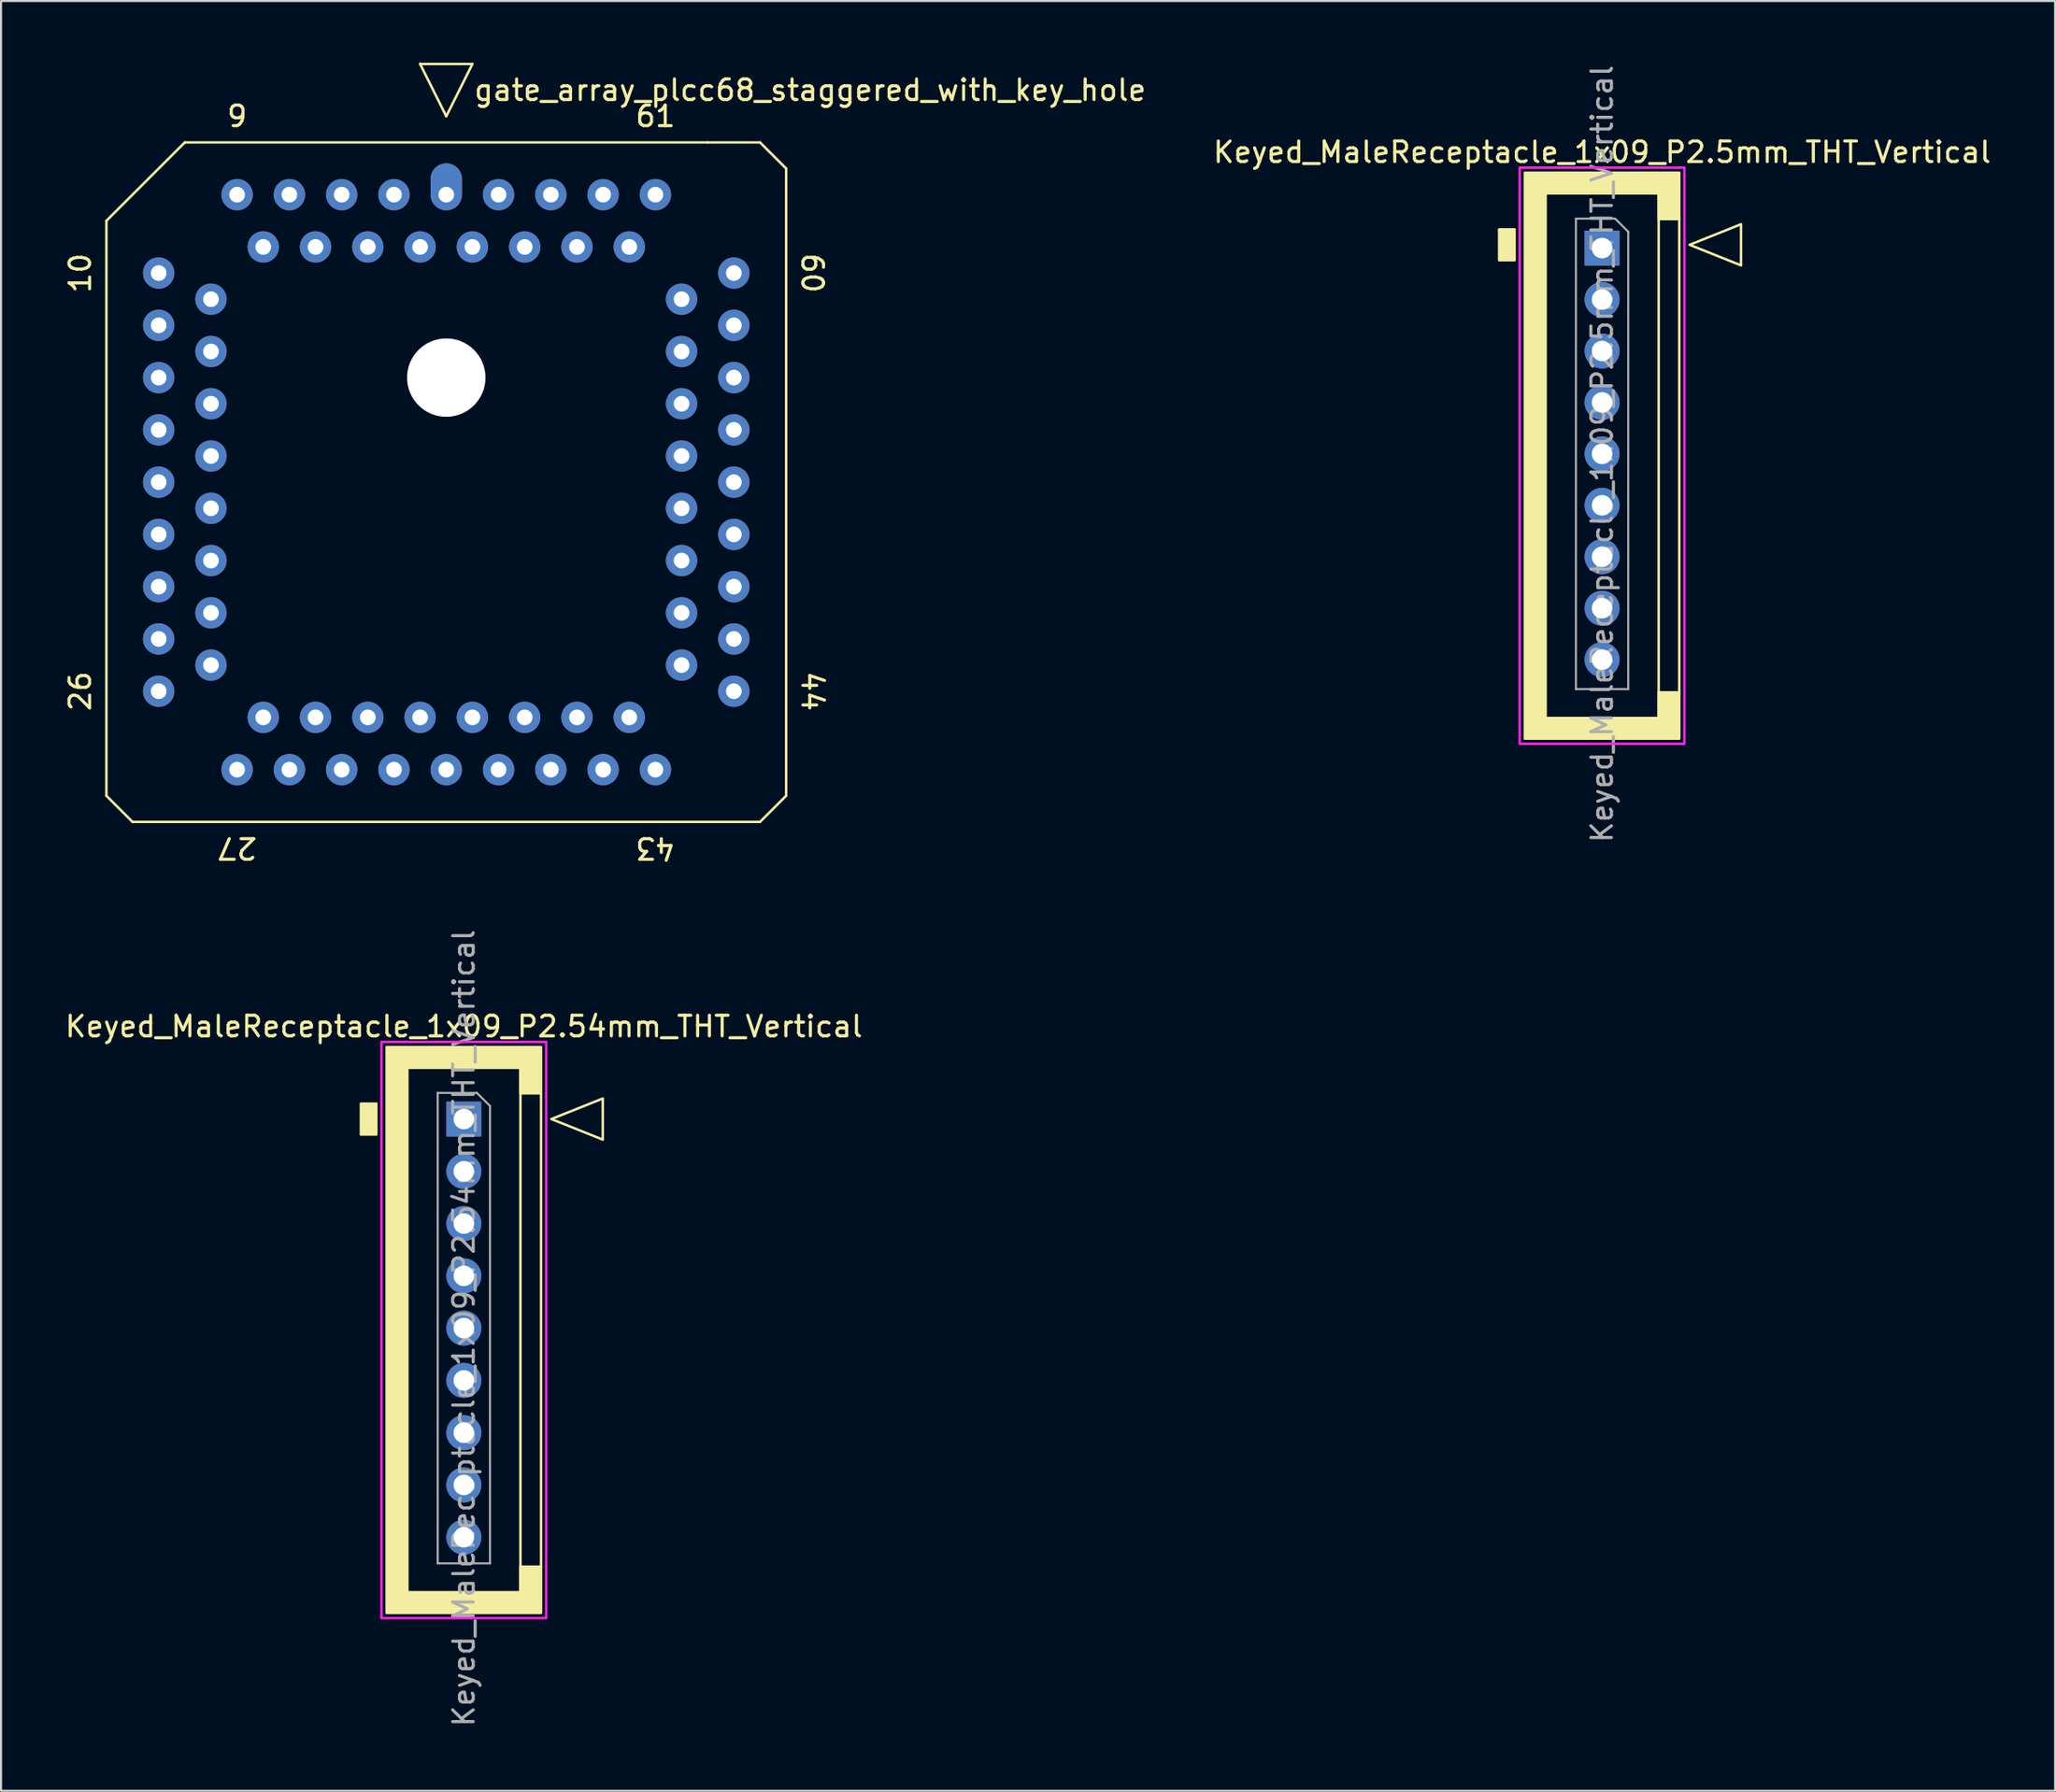
<source format=kicad_pcb>
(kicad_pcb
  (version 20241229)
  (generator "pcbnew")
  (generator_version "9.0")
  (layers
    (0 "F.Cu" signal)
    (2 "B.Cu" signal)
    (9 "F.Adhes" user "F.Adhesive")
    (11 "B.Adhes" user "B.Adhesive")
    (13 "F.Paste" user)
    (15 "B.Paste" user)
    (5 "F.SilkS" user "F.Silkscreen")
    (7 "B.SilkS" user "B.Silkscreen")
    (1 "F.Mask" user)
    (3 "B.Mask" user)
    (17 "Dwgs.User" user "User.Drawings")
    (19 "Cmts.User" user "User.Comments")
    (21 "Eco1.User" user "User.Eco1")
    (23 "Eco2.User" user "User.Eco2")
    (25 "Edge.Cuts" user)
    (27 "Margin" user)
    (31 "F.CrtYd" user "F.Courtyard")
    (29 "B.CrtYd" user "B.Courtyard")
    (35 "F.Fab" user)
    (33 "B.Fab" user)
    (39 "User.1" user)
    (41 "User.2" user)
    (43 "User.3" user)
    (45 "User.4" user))
  (footprint "Keyed_MaleReceptacle_1x09_P2.54mm_THT_Vertical"
    (layer "F.Cu")
    (at 19.482 51.33)
    (property "Reference" "Keyed_MaleReceptacle_1x09_P2.54mm_THT_Vertical" (at 0 -4.5 0) (layer "F.SilkS") (effects (font (size 1 1) (thickness 0.15))))
    (attr through_hole)
    (fp_line (start 3.75 -1.25) (end 3.75 21.75) (stroke (width 0.12) (type default)) (layer "F.SilkS"))
    (fp_rect (start -5 -0.75) (end -4.25 0.75) (stroke (width 0.12) (type solid)) (fill yes) (layer "F.SilkS"))
    (fp_rect (start -2.75 23) (end 2.75 -2.5) (stroke (width 0.12) (type default)) (fill no) (layer "F.SilkS"))
    (fp_poly (pts (xy 4.25 0) (xy 6.75 -1) (xy 6.75 1)) (stroke (width 0.12) (type solid)) (fill no) (layer "F.SilkS"))
    (fp_poly (pts (xy 2.75 -1.25) (xy 3.75 -1.25) (xy 3.75 -3.5) (xy -3.75 -3.5) (xy -3.75 24) (xy 3.75 24) (xy 3.75 21.75) (xy 2.75 21.75) (xy 2.75 23) (xy -2.75 23) (xy -2.75 -2.5) (xy 2.75 -2.5)) (stroke (width 0.12) (type solid)) (fill yes) (layer "F.SilkS"))
    (fp_rect (start -4 24.25) (end 4 -3.75) (stroke (width 0.12) (type default)) (fill no) (layer "F.CrtYd"))
    (fp_line (start -1.27 -1.27) (end 0.635 -1.27) (stroke (width 0.1) (type solid)) (layer "F.Fab"))
    (fp_line (start -1.27 21.59) (end -1.27 -1.27) (stroke (width 0.1) (type solid)) (layer "F.Fab"))
    (fp_line (start 0.635 -1.27) (end 1.27 -0.635) (stroke (width 0.1) (type solid)) (layer "F.Fab"))
    (fp_line (start 1.27 -0.635) (end 1.27 21.59) (stroke (width 0.1) (type solid)) (layer "F.Fab"))
    (fp_line (start 1.27 21.59) (end -1.27 21.59) (stroke (width 0.1) (type solid)) (layer "F.Fab"))
    (fp_text user "${REFERENCE}" (at 0 10.16 90) (layer "F.Fab") (effects (font (size 1 1) (thickness 0.15))))
    (pad "1" thru_hole rect (at 0 0) (size 1.7 1.7) (drill 1) (layers "*.Cu" "*.Mask"))
    (pad "2" thru_hole oval (at 0 2.54) (size 1.7 1.7) (drill 1) (layers "*.Cu" "*.Mask"))
    (pad "3" thru_hole oval (at 0 5.08) (size 1.7 1.7) (drill 1) (layers "*.Cu" "*.Mask"))
    (pad "4" thru_hole oval (at 0 7.62) (size 1.7 1.7) (drill 1) (layers "*.Cu" "*.Mask"))
    (pad "5" thru_hole oval (at 0 10.16) (size 1.7 1.7) (drill 1) (layers "*.Cu" "*.Mask"))
    (pad "6" thru_hole oval (at 0 12.7) (size 1.7 1.7) (drill 1) (layers "*.Cu" "*.Mask"))
    (pad "7" thru_hole oval (at 0 15.24) (size 1.7 1.7) (drill 1) (layers "*.Cu" "*.Mask"))
    (pad "8" thru_hole oval (at 0 17.78) (size 1.7 1.7) (drill 1) (layers "*.Cu" "*.Mask"))
    (pad "9" thru_hole oval (at 0 20.32) (size 1.7 1.7) (drill 1) (layers "*.Cu" "*.Mask")))
  (footprint "Keyed_MaleReceptacle_1x09_P2.5mm_THT_Vertical"
    (layer "F.Cu")
    (at 74.773 8.846)
    (property "Reference" "Keyed_MaleReceptacle_1x09_P2.5mm_THT_Vertical" (at 0 -4.5 0) (layer "F.SilkS") (effects (font (size 1 1) (thickness 0.15))))
    (attr through_hole)
    (fp_line (start 3.75 -1.25) (end 3.75 21.75) (stroke (width 0.12) (type default)) (layer "F.SilkS"))
    (fp_rect (start -5 -0.75) (end -4.25 0.75) (stroke (width 0.12) (type solid)) (fill yes) (layer "F.SilkS"))
    (fp_rect (start -2.75 23) (end 2.75 -2.5) (stroke (width 0.12) (type default)) (fill no) (layer "F.SilkS"))
    (fp_poly (pts (xy 4.25 0) (xy 6.75 -1) (xy 6.75 1)) (stroke (width 0.12) (type solid)) (fill no) (layer "F.SilkS"))
    (fp_poly (pts (xy 2.75 -1.25) (xy 3.75 -1.25) (xy 3.75 -3.5) (xy -3.75 -3.5) (xy -3.75 24) (xy 3.75 24) (xy 3.75 21.75) (xy 2.75 21.75) (xy 2.75 23) (xy -2.75 23) (xy -2.75 -2.5) (xy 2.75 -2.5)) (stroke (width 0.12) (type solid)) (fill yes) (layer "F.SilkS"))
    (fp_rect (start -4 24.25) (end 4 -3.75) (stroke (width 0.12) (type default)) (fill no) (layer "F.CrtYd"))
    (fp_line (start -1.27 -1.27) (end 0.635 -1.27) (stroke (width 0.1) (type solid)) (layer "F.Fab"))
    (fp_line (start -1.27 21.59) (end -1.27 -1.27) (stroke (width 0.1) (type solid)) (layer "F.Fab"))
    (fp_line (start 0.635 -1.27) (end 1.27 -0.635) (stroke (width 0.1) (type solid)) (layer "F.Fab"))
    (fp_line (start 1.27 -0.635) (end 1.27 21.59) (stroke (width 0.1) (type solid)) (layer "F.Fab"))
    (fp_line (start 1.27 21.59) (end -1.27 21.59) (stroke (width 0.1) (type solid)) (layer "F.Fab"))
    (fp_text user "${REFERENCE}" (at 0 10.16 90) (layer "F.Fab") (effects (font (size 1 1) (thickness 0.15))))
    (pad "1" thru_hole rect (at 0 0.16) (size 1.7 1.7) (drill 1) (layers "*.Cu" "*.Mask"))
    (pad "2" thru_hole oval (at 0 2.66) (size 1.7 1.7) (drill 1) (layers "*.Cu" "*.Mask"))
    (pad "3" thru_hole oval (at 0 5.16) (size 1.7 1.7) (drill 1) (layers "*.Cu" "*.Mask"))
    (pad "4" thru_hole oval (at 0 7.66) (size 1.7 1.7) (drill 1) (layers "*.Cu" "*.Mask"))
    (pad "5" thru_hole oval (at 0 10.16) (size 1.7 1.7) (drill 1) (layers "*.Cu" "*.Mask"))
    (pad "6" thru_hole oval (at 0 12.66) (size 1.7 1.7) (drill 1) (layers "*.Cu" "*.Mask"))
    (pad "7" thru_hole oval (at 0 15.16) (size 1.7 1.7) (drill 1) (layers "*.Cu" "*.Mask"))
    (pad "8" thru_hole oval (at 0 17.66) (size 1.7 1.7) (drill 1) (layers "*.Cu" "*.Mask"))
    (pad "9" thru_hole oval (at 0 20.16) (size 1.7 1.7) (drill 1) (layers "*.Cu" "*.Mask")))
  (footprint "gate_array_plcc68_staggered_with_key_hole"
    (layer "F.Cu")
    (at 18.628 20.38)
    (property "Reference" "gate_array_plcc68_staggered_with_key_hole" (at 1.27 -19.05 0) (unlocked yes) (layer "F.SilkS") (effects (font (size 1 1) (thickness 0.15)) (justify left)))
    (attr through_hole)
    (fp_line (start -16.51 -12.7) (end -12.7 -16.51) (stroke (width 0.12) (type solid)) (layer "F.SilkS"))
    (fp_line (start -16.51 15.24) (end -16.51 -12.7) (stroke (width 0.12) (type solid)) (layer "F.SilkS"))
    (fp_line (start -15.24 16.51) (end -16.51 15.24) (stroke (width 0.12) (type solid)) (layer "F.SilkS"))
    (fp_line (start -12.7 -16.51) (end 12.7 -16.51) (stroke (width 0.12) (type solid)) (layer "F.SilkS"))
    (fp_line (start -1.27 -20.32) (end 1.27 -20.32) (stroke (width 0.12) (type solid)) (layer "F.SilkS"))
    (fp_line (start 0 -17.78) (end -1.27 -20.32) (stroke (width 0.12) (type solid)) (layer "F.SilkS"))
    (fp_line (start 1.27 -20.32) (end 0 -17.78) (stroke (width 0.12) (type solid)) (layer "F.SilkS"))
    (fp_line (start 12.7 -16.51) (end 15.24 -16.51) (stroke (width 0.12) (type solid)) (layer "F.SilkS"))
    (fp_line (start 15.24 -16.51) (end 16.51 -15.24) (stroke (width 0.12) (type solid)) (layer "F.SilkS"))
    (fp_line (start 15.24 16.51) (end -15.24 16.51) (stroke (width 0.12) (type solid)) (layer "F.SilkS"))
    (fp_line (start 16.51 -15.24) (end 16.51 15.24) (stroke (width 0.12) (type solid)) (layer "F.SilkS"))
    (fp_line (start 16.51 15.24) (end 15.24 16.51) (stroke (width 0.12) (type solid)) (layer "F.SilkS"))
    (fp_text user "27" (at -10.16 17.78 180) (unlocked yes) (layer "F.SilkS") (effects (font (size 1 1) (thickness 0.15))))
    (fp_text user "10" (at -17.78 -10.16 90) (unlocked yes) (layer "F.SilkS") (effects (font (size 1 1) (thickness 0.15))))
    (fp_text user "44" (at 17.78 10.16 270) (unlocked yes) (layer "F.SilkS") (effects (font (size 1 1) (thickness 0.15))))
    (fp_text user "60" (at 17.78 -10.16 270) (unlocked yes) (layer "F.SilkS") (effects (font (size 1 1) (thickness 0.15))))
    (fp_text user "26" (at -17.78 10.16 90) (unlocked yes) (layer "F.SilkS") (effects (font (size 1 1) (thickness 0.15))))
    (fp_text user "43" (at 10.16 17.78 180) (unlocked yes) (layer "F.SilkS") (effects (font (size 1 1) (thickness 0.15))))
    (fp_text user "61" (at 10.16 -17.78 0) (unlocked yes) (layer "F.SilkS") (effects (font (size 1 1) (thickness 0.15))))
    (fp_text user "9" (at -10.16 -17.78 0) (unlocked yes) (layer "F.SilkS") (effects (font (size 1 1) (thickness 0.15))))
    (pad "" np_thru_hole circle (at 0 -5.08) (size 3.81 3.81) (drill 3.81) (layers "*.Cu" "*.Mask"))
    (pad "1" thru_hole oval (at 0 -13.97) (size 1.524 2.286) (drill 0.762 (offset 0 -0.381)) (layers "*.Cu" "*.Mask"))
    (pad "2" thru_hole circle (at -1.27 -11.43) (size 1.524 1.524) (drill 0.762) (layers "*.Cu" "*.Mask"))
    (pad "3" thru_hole circle (at -2.54 -13.97) (size 1.524 1.524) (drill 0.762) (layers "*.Cu" "*.Mask"))
    (pad "4" thru_hole circle (at -3.81 -11.43) (size 1.524 1.524) (drill 0.762) (layers "*.Cu" "*.Mask"))
    (pad "5" thru_hole circle (at -5.08 -13.97) (size 1.524 1.524) (drill 0.762) (layers "*.Cu" "*.Mask"))
    (pad "6" thru_hole circle (at -6.35 -11.43) (size 1.524 1.524) (drill 0.762) (layers "*.Cu" "*.Mask"))
    (pad "7" thru_hole circle (at -7.62 -13.97) (size 1.524 1.524) (drill 0.762) (layers "*.Cu" "*.Mask"))
    (pad "8" thru_hole circle (at -8.89 -11.43) (size 1.524 1.524) (drill 0.762) (layers "*.Cu" "*.Mask"))
    (pad "9" thru_hole circle (at -10.16 -13.97) (size 1.524 1.524) (drill 0.762) (layers "*.Cu" "*.Mask"))
    (pad "10" thru_hole circle (at -13.97 -10.16) (size 1.524 1.524) (drill 0.762) (layers "*.Cu" "*.Mask"))
    (pad "11" thru_hole circle (at -11.43 -8.89) (size 1.524 1.524) (drill 0.762) (layers "*.Cu" "*.Mask"))
    (pad "12" thru_hole circle (at -13.97 -7.62) (size 1.524 1.524) (drill 0.762) (layers "*.Cu" "*.Mask"))
    (pad "13" thru_hole circle (at -11.43 -6.35) (size 1.524 1.524) (drill 0.762) (layers "*.Cu" "*.Mask"))
    (pad "14" thru_hole circle (at -13.97 -5.08) (size 1.524 1.524) (drill 0.762) (layers "*.Cu" "*.Mask"))
    (pad "15" thru_hole circle (at -11.43 -3.81) (size 1.524 1.524) (drill 0.762) (layers "*.Cu" "*.Mask"))
    (pad "16" thru_hole circle (at -13.97 -2.54) (size 1.524 1.524) (drill 0.762) (layers "*.Cu" "*.Mask"))
    (pad "17" thru_hole circle (at -11.43 -1.27) (size 1.524 1.524) (drill 0.762) (layers "*.Cu" "*.Mask"))
    (pad "18" thru_hole circle (at -13.97 0) (size 1.524 1.524) (drill 0.762) (layers "*.Cu" "*.Mask"))
    (pad "19" thru_hole circle (at -11.43 1.27) (size 1.524 1.524) (drill 0.762) (layers "*.Cu" "*.Mask"))
    (pad "20" thru_hole circle (at -13.97 2.54) (size 1.524 1.524) (drill 0.762) (layers "*.Cu" "*.Mask"))
    (pad "21" thru_hole circle (at -11.43 3.81) (size 1.524 1.524) (drill 0.762) (layers "*.Cu" "*.Mask"))
    (pad "22" thru_hole circle (at -13.97 5.08) (size 1.524 1.524) (drill 0.762) (layers "*.Cu" "*.Mask"))
    (pad "23" thru_hole circle (at -11.43 6.35) (size 1.524 1.524) (drill 0.762) (layers "*.Cu" "*.Mask"))
    (pad "24" thru_hole circle (at -13.97 7.62) (size 1.524 1.524) (drill 0.762) (layers "*.Cu" "*.Mask"))
    (pad "25" thru_hole circle (at -11.43 8.89) (size 1.524 1.524) (drill 0.762) (layers "*.Cu" "*.Mask"))
    (pad "26" thru_hole circle (at -13.97 10.16) (size 1.524 1.524) (drill 0.762) (layers "*.Cu" "*.Mask"))
    (pad "27" thru_hole circle (at -10.16 13.97) (size 1.524 1.524) (drill 0.762) (layers "*.Cu" "*.Mask"))
    (pad "28" thru_hole circle (at -8.89 11.43) (size 1.524 1.524) (drill 0.762) (layers "*.Cu" "*.Mask"))
    (pad "29" thru_hole circle (at -7.62 13.97) (size 1.524 1.524) (drill 0.762) (layers "*.Cu" "*.Mask"))
    (pad "30" thru_hole circle (at -6.35 11.43) (size 1.524 1.524) (drill 0.762) (layers "*.Cu" "*.Mask"))
    (pad "31" thru_hole circle (at -5.08 13.97) (size 1.524 1.524) (drill 0.762) (layers "*.Cu" "*.Mask"))
    (pad "32" thru_hole circle (at -3.81 11.43) (size 1.524 1.524) (drill 0.762) (layers "*.Cu" "*.Mask"))
    (pad "33" thru_hole circle (at -2.54 13.97) (size 1.524 1.524) (drill 0.762) (layers "*.Cu" "*.Mask"))
    (pad "34" thru_hole circle (at -1.27 11.43) (size 1.524 1.524) (drill 0.762) (layers "*.Cu" "*.Mask"))
    (pad "35" thru_hole circle (at 0 13.97) (size 1.524 1.524) (drill 0.762) (layers "*.Cu" "*.Mask"))
    (pad "36" thru_hole circle (at 1.27 11.43) (size 1.524 1.524) (drill 0.762) (layers "*.Cu" "*.Mask"))
    (pad "37" thru_hole circle (at 2.54 13.97) (size 1.524 1.524) (drill 0.762) (layers "*.Cu" "*.Mask"))
    (pad "38" thru_hole circle (at 3.81 11.43) (size 1.524 1.524) (drill 0.762) (layers "*.Cu" "*.Mask"))
    (pad "39" thru_hole circle (at 5.08 13.97) (size 1.524 1.524) (drill 0.762) (layers "*.Cu" "*.Mask"))
    (pad "40" thru_hole circle (at 6.35 11.43) (size 1.524 1.524) (drill 0.762) (layers "*.Cu" "*.Mask"))
    (pad "41" thru_hole circle (at 7.62 13.97) (size 1.524 1.524) (drill 0.762) (layers "*.Cu" "*.Mask"))
    (pad "42" thru_hole circle (at 8.89 11.43) (size 1.524 1.524) (drill 0.762) (layers "*.Cu" "*.Mask"))
    (pad "43" thru_hole circle (at 10.16 13.97) (size 1.524 1.524) (drill 0.762) (layers "*.Cu" "*.Mask"))
    (pad "44" thru_hole circle (at 13.97 10.16) (size 1.524 1.524) (drill 0.762) (layers "*.Cu" "*.Mask"))
    (pad "45" thru_hole circle (at 11.43 8.89) (size 1.524 1.524) (drill 0.762) (layers "*.Cu" "*.Mask"))
    (pad "46" thru_hole circle (at 13.97 7.62) (size 1.524 1.524) (drill 0.762) (layers "*.Cu" "*.Mask"))
    (pad "47" thru_hole circle (at 11.43 6.35) (size 1.524 1.524) (drill 0.762) (layers "*.Cu" "*.Mask"))
    (pad "48" thru_hole circle (at 13.97 5.08) (size 1.524 1.524) (drill 0.762) (layers "*.Cu" "*.Mask"))
    (pad "49" thru_hole circle (at 11.43 3.81) (size 1.524 1.524) (drill 0.762) (layers "*.Cu" "*.Mask"))
    (pad "50" thru_hole circle (at 13.97 2.54) (size 1.524 1.524) (drill 0.762) (layers "*.Cu" "*.Mask"))
    (pad "51" thru_hole circle (at 11.43 1.27) (size 1.524 1.524) (drill 0.762) (layers "*.Cu" "*.Mask"))
    (pad "52" thru_hole circle (at 13.97 0) (size 1.524 1.524) (drill 0.762) (layers "*.Cu" "*.Mask"))
    (pad "53" thru_hole circle (at 11.43 -1.27) (size 1.524 1.524) (drill 0.762) (layers "*.Cu" "*.Mask"))
    (pad "54" thru_hole circle (at 13.97 -2.54) (size 1.524 1.524) (drill 0.762) (layers "*.Cu" "*.Mask"))
    (pad "55" thru_hole circle (at 11.43 -3.81) (size 1.524 1.524) (drill 0.762) (layers "*.Cu" "*.Mask"))
    (pad "56" thru_hole circle (at 13.97 -5.08) (size 1.524 1.524) (drill 0.762) (layers "*.Cu" "*.Mask"))
    (pad "57" thru_hole circle (at 11.43 -6.35) (size 1.524 1.524) (drill 0.762) (layers "*.Cu" "*.Mask"))
    (pad "58" thru_hole circle (at 13.97 -7.62) (size 1.524 1.524) (drill 0.762) (layers "*.Cu" "*.Mask"))
    (pad "59" thru_hole circle (at 11.43 -8.89) (size 1.524 1.524) (drill 0.762) (layers "*.Cu" "*.Mask"))
    (pad "60" thru_hole circle (at 13.97 -10.16) (size 1.524 1.524) (drill 0.762) (layers "*.Cu" "*.Mask"))
    (pad "61" thru_hole circle (at 10.16 -13.97) (size 1.524 1.524) (drill 0.762) (layers "*.Cu" "*.Mask"))
    (pad "62" thru_hole circle (at 8.89 -11.43) (size 1.524 1.524) (drill 0.762) (layers "*.Cu" "*.Mask"))
    (pad "63" thru_hole circle (at 7.62 -13.97) (size 1.524 1.524) (drill 0.762) (layers "*.Cu" "*.Mask"))
    (pad "64" thru_hole circle (at 6.35 -11.43) (size 1.524 1.524) (drill 0.762) (layers "*.Cu" "*.Mask"))
    (pad "65" thru_hole circle (at 5.08 -13.97) (size 1.524 1.524) (drill 0.762) (layers "*.Cu" "*.Mask"))
    (pad "66" thru_hole circle (at 3.81 -11.43) (size 1.524 1.524) (drill 0.762) (layers "*.Cu" "*.Mask"))
    (pad "67" thru_hole circle (at 2.54 -13.97) (size 1.524 1.524) (drill 0.762) (layers "*.Cu" "*.Mask"))
    (pad "68" thru_hole circle (at 1.27 -11.43) (size 1.524 1.524) (drill 0.762) (layers "*.Cu" "*.Mask")))
  (gr_rect
    (start -3 -3)
    (end 96.779 83.973)
    (stroke (width 0.1) (type default))
    (fill no)
    (layer "Edge.Cuts")))
</source>
